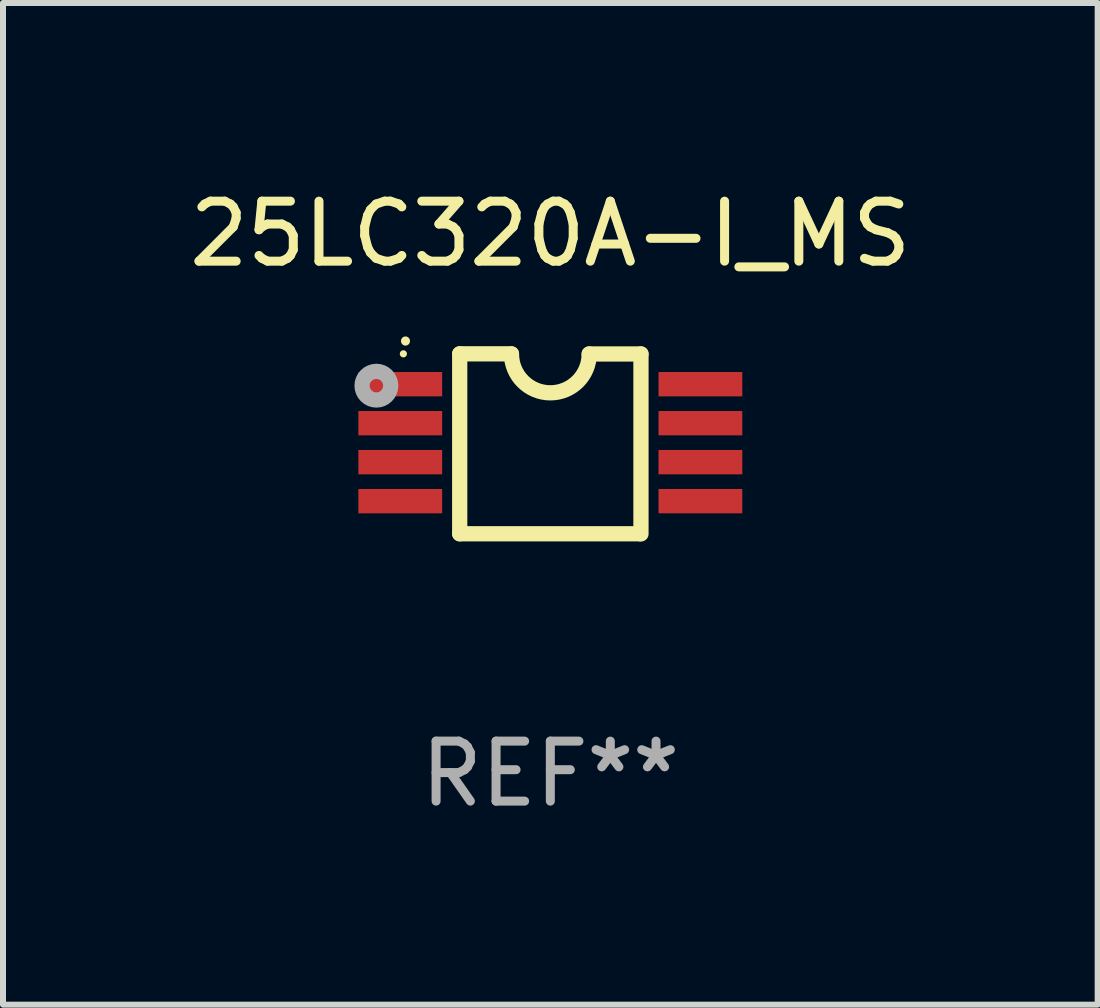
<source format=kicad_pcb>
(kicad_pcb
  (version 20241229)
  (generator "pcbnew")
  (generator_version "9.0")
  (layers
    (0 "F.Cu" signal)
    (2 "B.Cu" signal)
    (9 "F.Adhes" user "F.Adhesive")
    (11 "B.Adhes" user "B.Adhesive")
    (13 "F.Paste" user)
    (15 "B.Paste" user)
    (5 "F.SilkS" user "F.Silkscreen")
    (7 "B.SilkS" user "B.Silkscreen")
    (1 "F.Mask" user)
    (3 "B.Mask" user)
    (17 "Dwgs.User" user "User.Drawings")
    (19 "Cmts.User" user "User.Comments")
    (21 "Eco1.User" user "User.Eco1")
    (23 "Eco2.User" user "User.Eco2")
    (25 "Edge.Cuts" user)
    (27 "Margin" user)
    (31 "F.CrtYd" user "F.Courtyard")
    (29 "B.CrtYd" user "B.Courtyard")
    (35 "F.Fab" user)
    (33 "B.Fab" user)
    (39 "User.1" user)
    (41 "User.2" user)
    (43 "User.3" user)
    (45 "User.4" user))
  (footprint "25LC320A-I_MS"
    (layer "F.Cu")
    (at 6.125 4.35)
    (property "Reference" "25LC320A-I_MS" (at 0 -3.501 0) (layer "F.SilkS") (effects (font (size 1 1) (thickness 0.15))))
    (attr through_hole)
    (fp_line (start -1.511 -1.501) (end -1.511 1.499) (stroke (width 0.254) (type solid)) (layer "F.SilkS"))
    (fp_line (start -1.511 -1.501) (end -0.648 -1.501) (stroke (width 0.254) (type solid)) (layer "F.SilkS"))
    (fp_line (start -1.511 1.499) (end 1.489 1.499) (stroke (width 0.254) (type solid)) (layer "F.SilkS"))
    (fp_line (start 0.648 -1.499) (end 1.511 -1.499) (stroke (width 0.254) (type solid)) (layer "F.SilkS"))
    (fp_line (start 1.511 -1.499) (end 1.511 1.501) (stroke (width 0.254) (type solid)) (layer "F.SilkS"))
    (fp_arc (start -2.41491 -1.713233) (mid -2.414916 -1.714503) (end -2.41491 -1.715773) (stroke (width 0.150013) (type solid)) (layer "F.SilkS"))
    (fp_arc (start 0.647803 -1.498603) (mid 0.000102 -0.850902) (end -0.647599 -1.498603) (stroke (width 0.254001) (type solid)) (layer "F.SilkS"))
    (fp_circle (center -2.45 -1.501) (end -2.42 -1.501) (stroke (width 0.06) (type solid)) (fill no) (layer "F.SilkS"))
    (fp_circle (center -2.9 -0.97) (end -2.788 -0.97) (stroke (width 0.254) (type solid)) (fill no) (layer "F.Fab"))
    (fp_text user "REF**" (at 0 5.501 0) (layer "F.Fab") (effects (font (size 1 1) (thickness 0.15))))
    (pad "1" smd rect (at -2.502 -0.995) (size 1.397 0.406) (layers "F.Cu" "F.Mask" "F.Paste"))
    (pad "2" smd rect (at -2.502 -0.345) (size 1.397 0.406) (layers "F.Cu" "F.Mask" "F.Paste"))
    (pad "3" smd rect (at -2.502 0.305) (size 1.397 0.406) (layers "F.Cu" "F.Mask" "F.Paste"))
    (pad "4" smd rect (at -2.502 0.955) (size 1.397 0.406) (layers "F.Cu" "F.Mask" "F.Paste"))
    (pad "5" smd rect (at 2.502 0.955) (size 1.397 0.406) (layers "F.Cu" "F.Mask" "F.Paste"))
    (pad "6" smd rect (at 2.502 0.305) (size 1.397 0.406) (layers "F.Cu" "F.Mask" "F.Paste"))
    (pad "7" smd rect (at 2.502 -0.345) (size 1.397 0.406) (layers "F.Cu" "F.Mask" "F.Paste"))
    (pad "8" smd rect (at 2.502 -0.995) (size 1.397 0.406) (layers "F.Cu" "F.Mask" "F.Paste")))
  (gr_rect
    (start -3 -3)
    (end 15.25 13.699)
    (stroke (width 0.1) (type default))
    (fill no)
    (layer "Edge.Cuts")))
</source>
